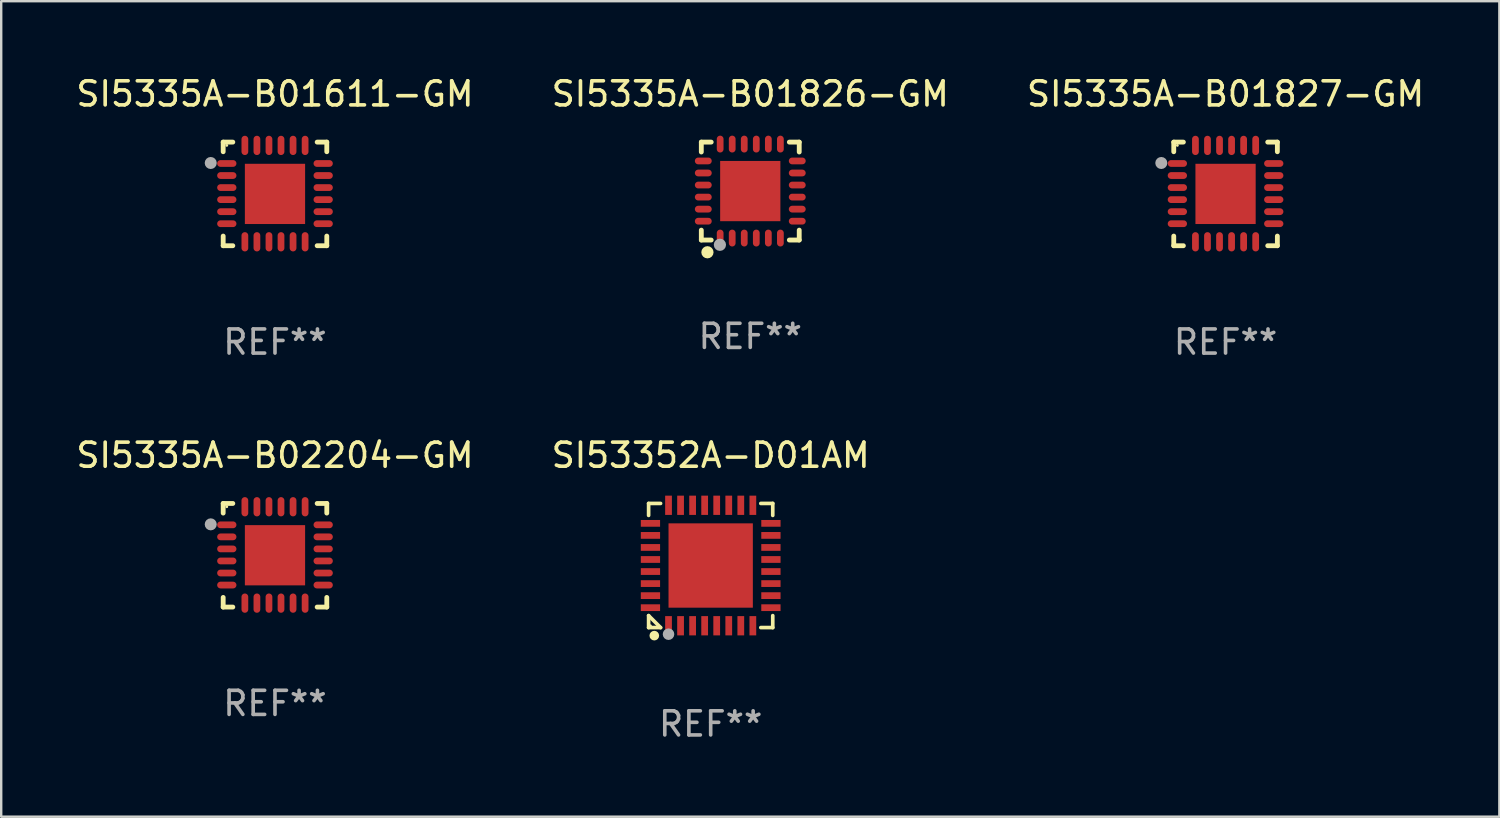
<source format=kicad_pcb>
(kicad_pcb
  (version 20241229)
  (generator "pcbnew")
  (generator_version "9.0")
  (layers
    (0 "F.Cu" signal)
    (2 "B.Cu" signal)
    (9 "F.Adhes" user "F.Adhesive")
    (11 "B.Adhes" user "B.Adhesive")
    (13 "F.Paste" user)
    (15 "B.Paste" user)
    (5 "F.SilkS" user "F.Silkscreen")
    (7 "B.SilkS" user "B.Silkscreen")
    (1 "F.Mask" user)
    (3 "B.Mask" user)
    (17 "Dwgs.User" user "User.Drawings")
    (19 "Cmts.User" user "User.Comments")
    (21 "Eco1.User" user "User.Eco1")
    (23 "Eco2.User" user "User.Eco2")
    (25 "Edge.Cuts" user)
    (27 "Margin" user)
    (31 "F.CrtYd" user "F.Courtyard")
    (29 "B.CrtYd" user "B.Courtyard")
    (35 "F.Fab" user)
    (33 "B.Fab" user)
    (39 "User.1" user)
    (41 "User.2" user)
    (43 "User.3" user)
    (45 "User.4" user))
  (footprint "SI5335A-B02204-GM"
    (layer "F.Cu")
    (at 8.363 19.995)
    (property "Reference" "SI5335A-B02204-GM" (at 0 -4.15 0) (layer "F.SilkS") (effects (font (size 1 1) (thickness 0.15))))
    (attr through_hole)
    (fp_line (start -2.15 -2.15) (end -1.75 -2.15) (stroke (width 0.2) (type solid)) (layer "F.SilkS"))
    (fp_line (start -2.15 -1.75) (end -2.15 -2.15) (stroke (width 0.2) (type solid)) (layer "F.SilkS"))
    (fp_line (start -2.15 2.15) (end -2.15 1.75) (stroke (width 0.2) (type solid)) (layer "F.SilkS"))
    (fp_line (start -1.75 2.15) (end -2.15 2.15) (stroke (width 0.2) (type solid)) (layer "F.SilkS"))
    (fp_line (start 1.75 -2.15) (end 2.15 -2.15) (stroke (width 0.2) (type solid)) (layer "F.SilkS"))
    (fp_line (start 1.75 2.15) (end 2.15 2.15) (stroke (width 0.2) (type solid)) (layer "F.SilkS"))
    (fp_line (start 2.15 -2.15) (end 2.15 -1.75) (stroke (width 0.2) (type solid)) (layer "F.SilkS"))
    (fp_line (start 2.15 2.15) (end 2.15 1.75) (stroke (width 0.2) (type solid)) (layer "F.SilkS"))
    (fp_circle (center -2 -2.013) (end -1.97 -2.013) (stroke (width 0.06) (type solid)) (fill no) (layer "F.SilkS"))
    (fp_circle (center -2.667 -1.283) (end -2.542 -1.283) (stroke (width 0.25) (type solid)) (fill no) (layer "F.Fab"))
    (fp_text user "REF**" (at 0 6.15 0) (layer "F.Fab") (effects (font (size 1 1) (thickness 0.15))))
    (pad "1" smd oval (at -2 -1.263) (size 0.8 0.28) (layers "F.Cu" "F.Mask" "F.Paste"))
    (pad "2" smd oval (at -2 -0.763) (size 0.8 0.28) (layers "F.Cu" "F.Mask" "F.Paste"))
    (pad "3" smd oval (at -2 -0.263) (size 0.8 0.28) (layers "F.Cu" "F.Mask" "F.Paste"))
    (pad "4" smd oval (at -2 0.237) (size 0.8 0.28) (layers "F.Cu" "F.Mask" "F.Paste"))
    (pad "5" smd oval (at -2 0.737) (size 0.8 0.28) (layers "F.Cu" "F.Mask" "F.Paste"))
    (pad "6" smd oval (at -2 1.237) (size 0.8 0.28) (layers "F.Cu" "F.Mask" "F.Paste"))
    (pad "7" smd oval (at -1.25 1.987) (size 0.28 0.8) (layers "F.Cu" "F.Mask" "F.Paste"))
    (pad "8" smd oval (at -0.75 1.987) (size 0.28 0.8) (layers "F.Cu" "F.Mask" "F.Paste"))
    (pad "9" smd oval (at -0.25 1.987) (size 0.28 0.8) (layers "F.Cu" "F.Mask" "F.Paste"))
    (pad "10" smd oval (at 0.25 1.987) (size 0.28 0.8) (layers "F.Cu" "F.Mask" "F.Paste"))
    (pad "11" smd oval (at 0.75 1.987) (size 0.28 0.8) (layers "F.Cu" "F.Mask" "F.Paste"))
    (pad "12" smd oval (at 1.25 1.987) (size 0.28 0.8) (layers "F.Cu" "F.Mask" "F.Paste"))
    (pad "13" smd oval (at 2 1.237) (size 0.8 0.28) (layers "F.Cu" "F.Mask" "F.Paste"))
    (pad "14" smd oval (at 2 0.737) (size 0.8 0.28) (layers "F.Cu" "F.Mask" "F.Paste"))
    (pad "15" smd oval (at 2 0.237) (size 0.8 0.28) (layers "F.Cu" "F.Mask" "F.Paste"))
    (pad "16" smd oval (at 2 -0.263) (size 0.8 0.28) (layers "F.Cu" "F.Mask" "F.Paste"))
    (pad "17" smd oval (at 2 -0.763) (size 0.8 0.28) (layers "F.Cu" "F.Mask" "F.Paste"))
    (pad "18" smd oval (at 2 -1.263) (size 0.8 0.28) (layers "F.Cu" "F.Mask" "F.Paste"))
    (pad "19" smd oval (at 1.25 -2.013) (size 0.28 0.8) (layers "F.Cu" "F.Mask" "F.Paste"))
    (pad "20" smd oval (at 0.75 -2.013) (size 0.28 0.8) (layers "F.Cu" "F.Mask" "F.Paste"))
    (pad "21" smd oval (at 0.25 -2.013) (size 0.28 0.8) (layers "F.Cu" "F.Mask" "F.Paste"))
    (pad "22" smd oval (at -0.25 -2.013) (size 0.28 0.8) (layers "F.Cu" "F.Mask" "F.Paste"))
    (pad "23" smd oval (at -0.75 -2.013) (size 0.28 0.8) (layers "F.Cu" "F.Mask" "F.Paste"))
    (pad "24" smd oval (at -1.25 -2.013) (size 0.28 0.8) (layers "F.Cu" "F.Mask" "F.Paste"))
    (pad "25" smd rect (at -0.000127 -0.00014) (size 2.5 2.5) (layers "F.Cu" "F.Mask" "F.Paste")))
  (footprint "SI5335A-B01827-GM"
    (layer "F.Cu")
    (at 47.815 4.998)
    (property "Reference" "SI5335A-B01827-GM" (at 0 -4.15 0) (layer "F.SilkS") (effects (font (size 1 1) (thickness 0.15))))
    (attr through_hole)
    (fp_line (start -2.15 -2.15) (end -1.75 -2.15) (stroke (width 0.2) (type solid)) (layer "F.SilkS"))
    (fp_line (start -2.15 -1.75) (end -2.15 -2.15) (stroke (width 0.2) (type solid)) (layer "F.SilkS"))
    (fp_line (start -2.15 2.15) (end -2.15 1.75) (stroke (width 0.2) (type solid)) (layer "F.SilkS"))
    (fp_line (start -1.75 2.15) (end -2.15 2.15) (stroke (width 0.2) (type solid)) (layer "F.SilkS"))
    (fp_line (start 1.75 -2.15) (end 2.15 -2.15) (stroke (width 0.2) (type solid)) (layer "F.SilkS"))
    (fp_line (start 1.75 2.15) (end 2.15 2.15) (stroke (width 0.2) (type solid)) (layer "F.SilkS"))
    (fp_line (start 2.15 -2.15) (end 2.15 -1.75) (stroke (width 0.2) (type solid)) (layer "F.SilkS"))
    (fp_line (start 2.15 2.15) (end 2.15 1.75) (stroke (width 0.2) (type solid)) (layer "F.SilkS"))
    (fp_circle (center -2 -2.013) (end -1.97 -2.013) (stroke (width 0.06) (type solid)) (fill no) (layer "F.SilkS"))
    (fp_circle (center -2.667 -1.283) (end -2.542 -1.283) (stroke (width 0.25) (type solid)) (fill no) (layer "F.Fab"))
    (fp_text user "REF**" (at 0 6.15 0) (layer "F.Fab") (effects (font (size 1 1) (thickness 0.15))))
    (pad "1" smd oval (at -2 -1.263) (size 0.8 0.28) (layers "F.Cu" "F.Mask" "F.Paste"))
    (pad "2" smd oval (at -2 -0.763) (size 0.8 0.28) (layers "F.Cu" "F.Mask" "F.Paste"))
    (pad "3" smd oval (at -2 -0.263) (size 0.8 0.28) (layers "F.Cu" "F.Mask" "F.Paste"))
    (pad "4" smd oval (at -2 0.237) (size 0.8 0.28) (layers "F.Cu" "F.Mask" "F.Paste"))
    (pad "5" smd oval (at -2 0.737) (size 0.8 0.28) (layers "F.Cu" "F.Mask" "F.Paste"))
    (pad "6" smd oval (at -2 1.237) (size 0.8 0.28) (layers "F.Cu" "F.Mask" "F.Paste"))
    (pad "7" smd oval (at -1.25 1.987) (size 0.28 0.8) (layers "F.Cu" "F.Mask" "F.Paste"))
    (pad "8" smd oval (at -0.75 1.987) (size 0.28 0.8) (layers "F.Cu" "F.Mask" "F.Paste"))
    (pad "9" smd oval (at -0.25 1.987) (size 0.28 0.8) (layers "F.Cu" "F.Mask" "F.Paste"))
    (pad "10" smd oval (at 0.25 1.987) (size 0.28 0.8) (layers "F.Cu" "F.Mask" "F.Paste"))
    (pad "11" smd oval (at 0.75 1.987) (size 0.28 0.8) (layers "F.Cu" "F.Mask" "F.Paste"))
    (pad "12" smd oval (at 1.25 1.987) (size 0.28 0.8) (layers "F.Cu" "F.Mask" "F.Paste"))
    (pad "13" smd oval (at 2 1.237) (size 0.8 0.28) (layers "F.Cu" "F.Mask" "F.Paste"))
    (pad "14" smd oval (at 2 0.737) (size 0.8 0.28) (layers "F.Cu" "F.Mask" "F.Paste"))
    (pad "15" smd oval (at 2 0.237) (size 0.8 0.28) (layers "F.Cu" "F.Mask" "F.Paste"))
    (pad "16" smd oval (at 2 -0.263) (size 0.8 0.28) (layers "F.Cu" "F.Mask" "F.Paste"))
    (pad "17" smd oval (at 2 -0.763) (size 0.8 0.28) (layers "F.Cu" "F.Mask" "F.Paste"))
    (pad "18" smd oval (at 2 -1.263) (size 0.8 0.28) (layers "F.Cu" "F.Mask" "F.Paste"))
    (pad "19" smd oval (at 1.25 -2.013) (size 0.28 0.8) (layers "F.Cu" "F.Mask" "F.Paste"))
    (pad "20" smd oval (at 0.75 -2.013) (size 0.28 0.8) (layers "F.Cu" "F.Mask" "F.Paste"))
    (pad "21" smd oval (at 0.25 -2.013) (size 0.28 0.8) (layers "F.Cu" "F.Mask" "F.Paste"))
    (pad "22" smd oval (at -0.25 -2.013) (size 0.28 0.8) (layers "F.Cu" "F.Mask" "F.Paste"))
    (pad "23" smd oval (at -0.75 -2.013) (size 0.28 0.8) (layers "F.Cu" "F.Mask" "F.Paste"))
    (pad "24" smd oval (at -1.25 -2.013) (size 0.28 0.8) (layers "F.Cu" "F.Mask" "F.Paste"))
    (pad "25" smd rect (at -0.000127 -0.00014) (size 2.5 2.5) (layers "F.Cu" "F.Mask" "F.Paste")))
  (footprint "SI5335A-B01611-GM"
    (layer "F.Cu")
    (at 8.363 4.998)
    (property "Reference" "SI5335A-B01611-GM" (at 0 -4.15 0) (layer "F.SilkS") (effects (font (size 1 1) (thickness 0.15))))
    (attr through_hole)
    (fp_line (start -2.15 -2.15) (end -1.75 -2.15) (stroke (width 0.2) (type solid)) (layer "F.SilkS"))
    (fp_line (start -2.15 -1.75) (end -2.15 -2.15) (stroke (width 0.2) (type solid)) (layer "F.SilkS"))
    (fp_line (start -2.15 2.15) (end -2.15 1.75) (stroke (width 0.2) (type solid)) (layer "F.SilkS"))
    (fp_line (start -1.75 2.15) (end -2.15 2.15) (stroke (width 0.2) (type solid)) (layer "F.SilkS"))
    (fp_line (start 1.75 -2.15) (end 2.15 -2.15) (stroke (width 0.2) (type solid)) (layer "F.SilkS"))
    (fp_line (start 1.75 2.15) (end 2.15 2.15) (stroke (width 0.2) (type solid)) (layer "F.SilkS"))
    (fp_line (start 2.15 -2.15) (end 2.15 -1.75) (stroke (width 0.2) (type solid)) (layer "F.SilkS"))
    (fp_line (start 2.15 2.15) (end 2.15 1.75) (stroke (width 0.2) (type solid)) (layer "F.SilkS"))
    (fp_circle (center -2 -2.013) (end -1.97 -2.013) (stroke (width 0.06) (type solid)) (fill no) (layer "F.SilkS"))
    (fp_circle (center -2.667 -1.283) (end -2.542 -1.283) (stroke (width 0.25) (type solid)) (fill no) (layer "F.Fab"))
    (fp_text user "REF**" (at 0 6.15 0) (layer "F.Fab") (effects (font (size 1 1) (thickness 0.15))))
    (pad "1" smd oval (at -2 -1.263) (size 0.8 0.28) (layers "F.Cu" "F.Mask" "F.Paste"))
    (pad "2" smd oval (at -2 -0.763) (size 0.8 0.28) (layers "F.Cu" "F.Mask" "F.Paste"))
    (pad "3" smd oval (at -2 -0.263) (size 0.8 0.28) (layers "F.Cu" "F.Mask" "F.Paste"))
    (pad "4" smd oval (at -2 0.237) (size 0.8 0.28) (layers "F.Cu" "F.Mask" "F.Paste"))
    (pad "5" smd oval (at -2 0.737) (size 0.8 0.28) (layers "F.Cu" "F.Mask" "F.Paste"))
    (pad "6" smd oval (at -2 1.237) (size 0.8 0.28) (layers "F.Cu" "F.Mask" "F.Paste"))
    (pad "7" smd oval (at -1.25 1.987) (size 0.28 0.8) (layers "F.Cu" "F.Mask" "F.Paste"))
    (pad "8" smd oval (at -0.75 1.987) (size 0.28 0.8) (layers "F.Cu" "F.Mask" "F.Paste"))
    (pad "9" smd oval (at -0.25 1.987) (size 0.28 0.8) (layers "F.Cu" "F.Mask" "F.Paste"))
    (pad "10" smd oval (at 0.25 1.987) (size 0.28 0.8) (layers "F.Cu" "F.Mask" "F.Paste"))
    (pad "11" smd oval (at 0.75 1.987) (size 0.28 0.8) (layers "F.Cu" "F.Mask" "F.Paste"))
    (pad "12" smd oval (at 1.25 1.987) (size 0.28 0.8) (layers "F.Cu" "F.Mask" "F.Paste"))
    (pad "13" smd oval (at 2 1.237) (size 0.8 0.28) (layers "F.Cu" "F.Mask" "F.Paste"))
    (pad "14" smd oval (at 2 0.737) (size 0.8 0.28) (layers "F.Cu" "F.Mask" "F.Paste"))
    (pad "15" smd oval (at 2 0.237) (size 0.8 0.28) (layers "F.Cu" "F.Mask" "F.Paste"))
    (pad "16" smd oval (at 2 -0.263) (size 0.8 0.28) (layers "F.Cu" "F.Mask" "F.Paste"))
    (pad "17" smd oval (at 2 -0.763) (size 0.8 0.28) (layers "F.Cu" "F.Mask" "F.Paste"))
    (pad "18" smd oval (at 2 -1.263) (size 0.8 0.28) (layers "F.Cu" "F.Mask" "F.Paste"))
    (pad "19" smd oval (at 1.25 -2.013) (size 0.28 0.8) (layers "F.Cu" "F.Mask" "F.Paste"))
    (pad "20" smd oval (at 0.75 -2.013) (size 0.28 0.8) (layers "F.Cu" "F.Mask" "F.Paste"))
    (pad "21" smd oval (at 0.25 -2.013) (size 0.28 0.8) (layers "F.Cu" "F.Mask" "F.Paste"))
    (pad "22" smd oval (at -0.25 -2.013) (size 0.28 0.8) (layers "F.Cu" "F.Mask" "F.Paste"))
    (pad "23" smd oval (at -0.75 -2.013) (size 0.28 0.8) (layers "F.Cu" "F.Mask" "F.Paste"))
    (pad "24" smd oval (at -1.25 -2.013) (size 0.28 0.8) (layers "F.Cu" "F.Mask" "F.Paste"))
    (pad "25" smd rect (at -0.000127 -0.00014) (size 2.5 2.5) (layers "F.Cu" "F.Mask" "F.Paste")))
  (footprint "SI53352A-D01AM"
    (layer "F.Cu")
    (at 26.446 20.421)
    (property "Reference" "SI53352A-D01AM" (at 0 -4.576 0) (layer "F.SilkS") (effects (font (size 1 1) (thickness 0.15))))
    (attr through_hole)
    (fp_line (start -2.576 -2.576) (end -2.08 -2.576) (stroke (width 0.152) (type solid)) (layer "F.SilkS"))
    (fp_line (start -2.576 -2.08) (end -2.576 -2.576) (stroke (width 0.152) (type solid)) (layer "F.SilkS"))
    (fp_line (start -2.576 2.08) (end -2.576 2.576) (stroke (width 0.152) (type solid)) (layer "F.SilkS"))
    (fp_line (start -2.576 2.08) (end -2.08 2.576) (stroke (width 0.152) (type solid)) (layer "F.SilkS"))
    (fp_line (start -2.576 2.576) (end -2.08 2.576) (stroke (width 0.152) (type solid)) (layer "F.SilkS"))
    (fp_line (start 2.576 -2.576) (end 2.08 -2.576) (stroke (width 0.152) (type solid)) (layer "F.SilkS"))
    (fp_line (start 2.576 -2.08) (end 2.576 -2.576) (stroke (width 0.152) (type solid)) (layer "F.SilkS"))
    (fp_line (start 2.576 2.08) (end 2.576 2.576) (stroke (width 0.152) (type solid)) (layer "F.SilkS"))
    (fp_line (start 2.576 2.576) (end 2.08 2.576) (stroke (width 0.152) (type solid)) (layer "F.SilkS"))
    (fp_circle (center -2.5 2.5) (end -2.47 2.5) (stroke (width 0.06) (type solid)) (fill no) (layer "F.SilkS"))
    (fp_circle (center -2.34 2.91) (end -2.24 2.91) (stroke (width 0.2) (type solid)) (fill no) (layer "F.SilkS"))
    (fp_circle (center -1.75 2.85) (end -1.63 2.85) (stroke (width 0.24) (type solid)) (fill no) (layer "F.Fab"))
    (fp_text user "REF**" (at 0 6.576 0) (layer "F.Fab") (effects (font (size 1 1) (thickness 0.15))))
    (pad "1" smd rect (at -1.75 2.5) (size 0.28 0.8) (layers "F.Cu" "F.Mask" "F.Paste"))
    (pad "2" smd rect (at -1.25 2.5) (size 0.28 0.8) (layers "F.Cu" "F.Mask" "F.Paste"))
    (pad "3" smd rect (at -0.75 2.5) (size 0.28 0.8) (layers "F.Cu" "F.Mask" "F.Paste"))
    (pad "4" smd rect (at -0.25 2.5) (size 0.28 0.8) (layers "F.Cu" "F.Mask" "F.Paste"))
    (pad "5" smd rect (at 0.25 2.5) (size 0.28 0.8) (layers "F.Cu" "F.Mask" "F.Paste"))
    (pad "6" smd rect (at 0.75 2.5) (size 0.28 0.8) (layers "F.Cu" "F.Mask" "F.Paste"))
    (pad "7" smd rect (at 1.25 2.5) (size 0.28 0.8) (layers "F.Cu" "F.Mask" "F.Paste"))
    (pad "8" smd rect (at 1.75 2.5) (size 0.28 0.8) (layers "F.Cu" "F.Mask" "F.Paste"))
    (pad "9" smd rect (at 2.5 1.75) (size 0.8 0.28) (layers "F.Cu" "F.Mask" "F.Paste"))
    (pad "10" smd rect (at 2.5 1.25) (size 0.8 0.28) (layers "F.Cu" "F.Mask" "F.Paste"))
    (pad "11" smd rect (at 2.5 0.75) (size 0.8 0.28) (layers "F.Cu" "F.Mask" "F.Paste"))
    (pad "12" smd rect (at 2.5 0.25) (size 0.8 0.28) (layers "F.Cu" "F.Mask" "F.Paste"))
    (pad "13" smd rect (at 2.5 -0.25) (size 0.8 0.28) (layers "F.Cu" "F.Mask" "F.Paste"))
    (pad "14" smd rect (at 2.5 -0.75) (size 0.8 0.28) (layers "F.Cu" "F.Mask" "F.Paste"))
    (pad "15" smd rect (at 2.5 -1.25) (size 0.8 0.28) (layers "F.Cu" "F.Mask" "F.Paste"))
    (pad "16" smd rect (at 2.5 -1.75) (size 0.8 0.28) (layers "F.Cu" "F.Mask" "F.Paste"))
    (pad "17" smd rect (at 1.75 -2.5) (size 0.28 0.8) (layers "F.Cu" "F.Mask" "F.Paste"))
    (pad "18" smd rect (at 1.25 -2.5) (size 0.28 0.8) (layers "F.Cu" "F.Mask" "F.Paste"))
    (pad "19" smd rect (at 0.75 -2.5) (size 0.28 0.8) (layers "F.Cu" "F.Mask" "F.Paste"))
    (pad "20" smd rect (at 0.25 -2.5) (size 0.28 0.8) (layers "F.Cu" "F.Mask" "F.Paste"))
    (pad "21" smd rect (at -0.25 -2.5) (size 0.28 0.8) (layers "F.Cu" "F.Mask" "F.Paste"))
    (pad "22" smd rect (at -0.75 -2.5) (size 0.28 0.8) (layers "F.Cu" "F.Mask" "F.Paste"))
    (pad "23" smd rect (at -1.25 -2.5) (size 0.28 0.8) (layers "F.Cu" "F.Mask" "F.Paste"))
    (pad "24" smd rect (at -1.75 -2.5) (size 0.28 0.8) (layers "F.Cu" "F.Mask" "F.Paste"))
    (pad "25" smd rect (at -2.5 -1.75) (size 0.8 0.28) (layers "F.Cu" "F.Mask" "F.Paste"))
    (pad "26" smd rect (at -2.5 -1.25) (size 0.8 0.28) (layers "F.Cu" "F.Mask" "F.Paste"))
    (pad "27" smd rect (at -2.5 -0.75) (size 0.8 0.28) (layers "F.Cu" "F.Mask" "F.Paste"))
    (pad "28" smd rect (at -2.5 -0.25) (size 0.8 0.28) (layers "F.Cu" "F.Mask" "F.Paste"))
    (pad "29" smd rect (at -2.5 0.25) (size 0.8 0.28) (layers "F.Cu" "F.Mask" "F.Paste"))
    (pad "30" smd rect (at -2.5 0.75) (size 0.8 0.28) (layers "F.Cu" "F.Mask" "F.Paste"))
    (pad "31" smd rect (at -2.5 1.25) (size 0.8 0.28) (layers "F.Cu" "F.Mask" "F.Paste"))
    (pad "32" smd rect (at -2.5 1.75) (size 0.8 0.28) (layers "F.Cu" "F.Mask" "F.Paste"))
    (pad "33" smd rect (at 0 0) (size 3.5 3.5) (layers "F.Cu" "F.Mask" "F.Paste")))
  (footprint "SI5335A-B01826-GM"
    (layer "F.Cu")
    (at 28.089 4.88)
    (property "Reference" "SI5335A-B01826-GM" (at 0 -4.032 0) (layer "F.SilkS") (effects (font (size 1 1) (thickness 0.15))))
    (attr through_hole)
    (fp_line (start -2.032 -2.032) (end -1.621 -2.032) (stroke (width 0.2) (type solid)) (layer "F.SilkS"))
    (fp_line (start -2.032 -1.621) (end -2.032 -2.032) (stroke (width 0.2) (type solid)) (layer "F.SilkS"))
    (fp_line (start -2.032 2.032) (end -2.032 1.621) (stroke (width 0.2) (type solid)) (layer "F.SilkS"))
    (fp_line (start -1.621 2.032) (end -2.032 2.032) (stroke (width 0.2) (type solid)) (layer "F.SilkS"))
    (fp_line (start 1.621 -2.032) (end 2.032 -2.032) (stroke (width 0.2) (type solid)) (layer "F.SilkS"))
    (fp_line (start 2.032 -2.032) (end 2.032 -1.621) (stroke (width 0.2) (type solid)) (layer "F.SilkS"))
    (fp_line (start 2.032 1.621) (end 2.032 2.032) (stroke (width 0.2) (type solid)) (layer "F.SilkS"))
    (fp_line (start 2.032 2.032) (end 1.621 2.032) (stroke (width 0.2) (type solid)) (layer "F.SilkS"))
    (fp_circle (center -2 2) (end -1.97 2) (stroke (width 0.06) (type solid)) (fill no) (layer "F.SilkS"))
    (fp_circle (center -1.778 2.54) (end -1.651 2.54) (stroke (width 0.254) (type solid)) (fill no) (layer "F.SilkS"))
    (fp_circle (center -1.26 2.23) (end -1.133 2.23) (stroke (width 0.254) (type solid)) (fill no) (layer "F.Fab"))
    (fp_text user "REF**" (at 0 6.032 0) (layer "F.Fab") (effects (font (size 1 1) (thickness 0.15))))
    (pad "1" smd oval (at -1.25 1.95 180) (size 0.28 0.7) (layers "F.Cu" "F.Mask" "F.Paste"))
    (pad "2" smd oval (at -0.75 1.95 180) (size 0.28 0.7) (layers "F.Cu" "F.Mask" "F.Paste"))
    (pad "3" smd oval (at -0.25 1.95 180) (size 0.28 0.7) (layers "F.Cu" "F.Mask" "F.Paste"))
    (pad "4" smd oval (at 0.25 1.95 180) (size 0.28 0.7) (layers "F.Cu" "F.Mask" "F.Paste"))
    (pad "5" smd oval (at 0.75 1.95 180) (size 0.28 0.7) (layers "F.Cu" "F.Mask" "F.Paste"))
    (pad "6" smd oval (at 1.25 1.95 180) (size 0.28 0.7) (layers "F.Cu" "F.Mask" "F.Paste"))
    (pad "7" smd oval (at 1.95 1.25 270) (size 0.28 0.7) (layers "F.Cu" "F.Mask" "F.Paste"))
    (pad "8" smd oval (at 1.95 0.75 270) (size 0.28 0.7) (layers "F.Cu" "F.Mask" "F.Paste"))
    (pad "9" smd oval (at 1.95 0.25 270) (size 0.28 0.7) (layers "F.Cu" "F.Mask" "F.Paste"))
    (pad "10" smd oval (at 1.95 -0.25 270) (size 0.28 0.7) (layers "F.Cu" "F.Mask" "F.Paste"))
    (pad "11" smd oval (at 1.95 -0.75 270) (size 0.28 0.7) (layers "F.Cu" "F.Mask" "F.Paste"))
    (pad "12" smd oval (at 1.95 -1.25 270) (size 0.28 0.7) (layers "F.Cu" "F.Mask" "F.Paste"))
    (pad "13" smd oval (at 1.25 -1.95) (size 0.28 0.7) (layers "F.Cu" "F.Mask" "F.Paste"))
    (pad "14" smd oval (at 0.75 -1.95) (size 0.28 0.7) (layers "F.Cu" "F.Mask" "F.Paste"))
    (pad "15" smd oval (at 0.25 -1.95) (size 0.28 0.7) (layers "F.Cu" "F.Mask" "F.Paste"))
    (pad "16" smd oval (at -0.25 -1.95) (size 0.28 0.7) (layers "F.Cu" "F.Mask" "F.Paste"))
    (pad "17" smd oval (at -0.75 -1.95) (size 0.28 0.7) (layers "F.Cu" "F.Mask" "F.Paste"))
    (pad "18" smd oval (at -1.25 -1.95) (size 0.28 0.7) (layers "F.Cu" "F.Mask" "F.Paste"))
    (pad "19" smd oval (at -1.95 -1.25 90) (size 0.28 0.7) (layers "F.Cu" "F.Mask" "F.Paste"))
    (pad "20" smd oval (at -1.95 -0.75 90) (size 0.28 0.7) (layers "F.Cu" "F.Mask" "F.Paste"))
    (pad "21" smd oval (at -1.95 -0.25 90) (size 0.28 0.7) (layers "F.Cu" "F.Mask" "F.Paste"))
    (pad "22" smd oval (at -1.95 0.25 90) (size 0.28 0.7) (layers "F.Cu" "F.Mask" "F.Paste"))
    (pad "23" smd oval (at -1.95 0.75 90) (size 0.28 0.7) (layers "F.Cu" "F.Mask" "F.Paste"))
    (pad "24" smd oval (at -1.95 1.25 90) (size 0.28 0.7) (layers "F.Cu" "F.Mask" "F.Paste"))
    (pad "25" smd rect (at -0.000178 0.000025 90) (size 2.5 2.5) (layers "F.Cu" "F.Mask" "F.Paste")))
  (gr_rect
    (start -3 -3)
    (end 59.179 30.846)
    (stroke (width 0.1) (type default))
    (fill no)
    (layer "Edge.Cuts")))
</source>
